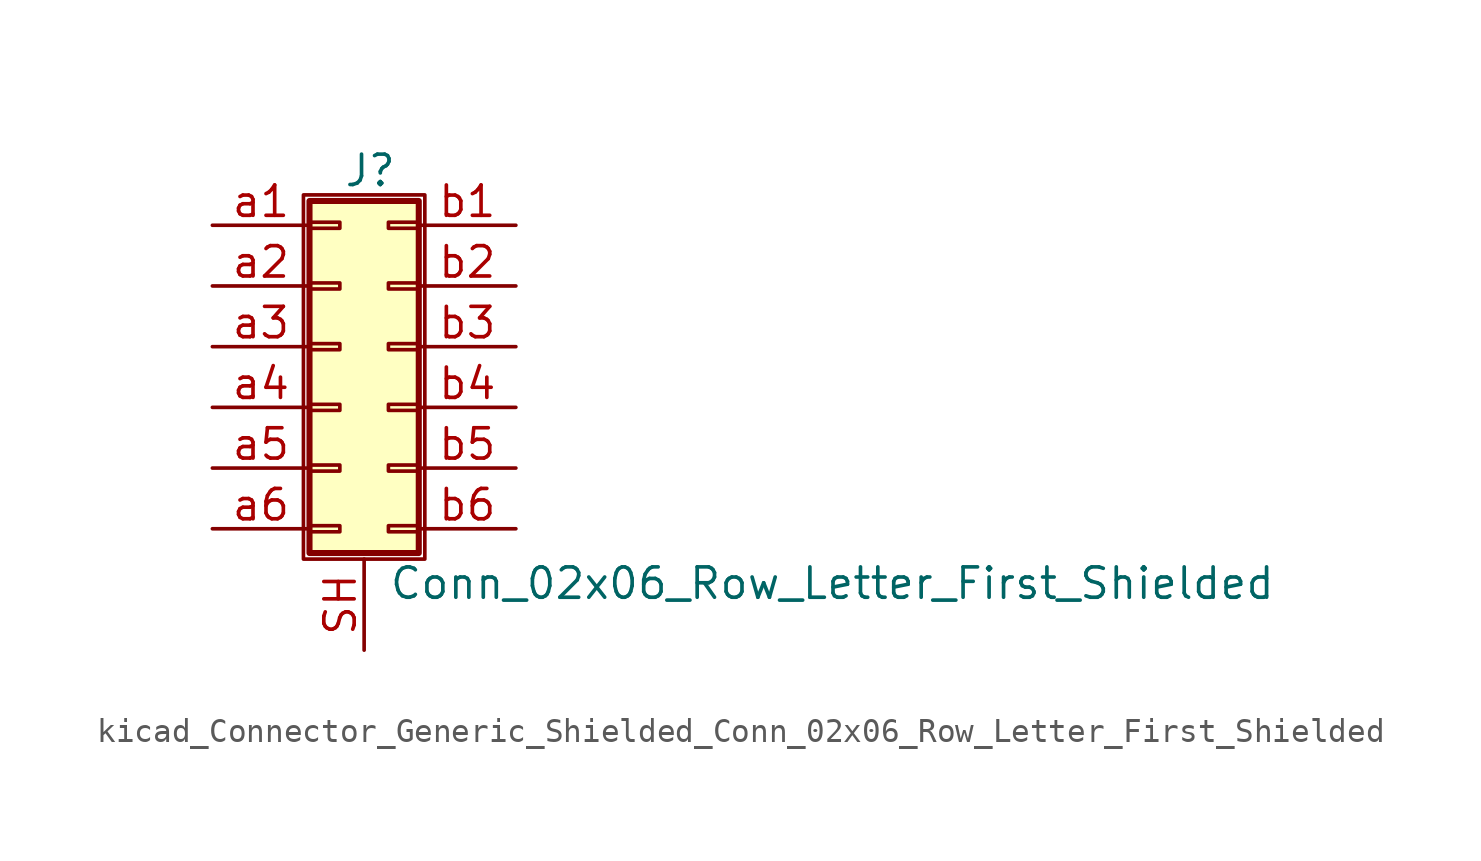
<source format=kicad_sym>
(kicad_symbol_lib
  (version 20220914)
  (generator kicad_symbol_editor)
  (symbol "kicad_Connector_Generic_Shielded_Conn_02x06_Row_Letter_First_Shielded"
    (pin_names
      (offset 1.016) hide)
    (property "Reference" "J"
      (at 1.524 7.366 0)
      (effects (font (size 1.27 1.27))))
    (property "Value" "Conn_02x06_Row_Letter_First_Shielded"
      (at 2.286 -9.906 0)
      (effects (font (size 1.27 1.27)) (justify left)))
    (symbol "kicad_Connector_Generic_Shielded_Conn_02x06_Row_Letter_First_Shielded_1_1"
      (rectangle (start -1.27 6.35) (end 3.81 -8.89) (stroke (width 0.152) (type default)) (fill (type none)))
      (rectangle (start -1.016 -7.493) (end 0.254 -7.747) (stroke (width 0.152) (type default)) (fill (type none)))
      (rectangle (start -1.016 -4.953) (end 0.254 -5.207) (stroke (width 0.152) (type default)) (fill (type none)))
      (rectangle (start -1.016 -2.413) (end 0.254 -2.667) (stroke (width 0.152) (type default)) (fill (type none)))
      (rectangle (start -1.016 0.127) (end 0.254 -0.127) (stroke (width 0.152) (type default)) (fill (type none)))
      (rectangle (start -1.016 2.667) (end 0.254 2.413) (stroke (width 0.152) (type default)) (fill (type none)))
      (rectangle (start -1.016 5.207) (end 0.254 4.953) (stroke (width 0.152) (type default)) (fill (type none)))
      (rectangle (start -1.016 6.096) (end 3.556 -8.636) (stroke (width 0.254) (type default)) (fill (type background)))
      (rectangle (start 3.556 -7.493) (end 2.286 -7.747) (stroke (width 0.152) (type default)) (fill (type none)))
      (rectangle (start 3.556 -4.953) (end 2.286 -5.207) (stroke (width 0.152) (type default)) (fill (type none)))
      (rectangle (start 3.556 -2.413) (end 2.286 -2.667) (stroke (width 0.152) (type default)) (fill (type none)))
      (rectangle (start 3.556 0.127) (end 2.286 -0.127) (stroke (width 0.152) (type default)) (fill (type none)))
      (rectangle (start 3.556 2.667) (end 2.286 2.413) (stroke (width 0.152) (type default)) (fill (type none)))
      (rectangle (start 3.556 5.207) (end 2.286 4.953) (stroke (width 0.152) (type default)) (fill (type none)))
      (pin passive line (at 1.27 -12.7 90) (length 3.81) (name "Shield" (effects (font (size 1.27 1.27)))) (number "SH" (effects (font (size 1.27 1.27)))))
      (pin passive line (at -5.08 5.08 0) (length 4.064) (name "Pin_a1" (effects (font (size 1.27 1.27)))) (number "a1" (effects (font (size 1.27 1.27)))))
      (pin passive line (at -5.08 2.54 0) (length 4.064) (name "Pin_a2" (effects (font (size 1.27 1.27)))) (number "a2" (effects (font (size 1.27 1.27)))))
      (pin passive line (at -5.08 0 0) (length 4.064) (name "Pin_a3" (effects (font (size 1.27 1.27)))) (number "a3" (effects (font (size 1.27 1.27)))))
      (pin passive line (at -5.08 -2.54 0) (length 4.064) (name "Pin_a4" (effects (font (size 1.27 1.27)))) (number "a4" (effects (font (size 1.27 1.27)))))
      (pin passive line (at -5.08 -5.08 0) (length 4.064) (name "Pin_a5" (effects (font (size 1.27 1.27)))) (number "a5" (effects (font (size 1.27 1.27)))))
      (pin passive line (at -5.08 -7.62 0) (length 4.064) (name "Pin_a6" (effects (font (size 1.27 1.27)))) (number "a6" (effects (font (size 1.27 1.27)))))
      (pin passive line (at 7.62 5.08 180) (length 4.064) (name "Pin_b1" (effects (font (size 1.27 1.27)))) (number "b1" (effects (font (size 1.27 1.27)))))
      (pin passive line (at 7.62 2.54 180) (length 4.064) (name "Pin_b2" (effects (font (size 1.27 1.27)))) (number "b2" (effects (font (size 1.27 1.27)))))
      (pin passive line (at 7.62 0 180) (length 4.064) (name "Pin_b3" (effects (font (size 1.27 1.27)))) (number "b3" (effects (font (size 1.27 1.27)))))
      (pin passive line (at 7.62 -2.54 180) (length 4.064) (name "Pin_b4" (effects (font (size 1.27 1.27)))) (number "b4" (effects (font (size 1.27 1.27)))))
      (pin passive line (at 7.62 -5.08 180) (length 4.064) (name "Pin_b5" (effects (font (size 1.27 1.27)))) (number "b5" (effects (font (size 1.27 1.27)))))
      (pin passive line (at 7.62 -7.62 180) (length 4.064) (name "Pin_b6" (effects (font (size 1.27 1.27)))) (number "b6" (effects (font (size 1.27 1.27))))))))
</source>
